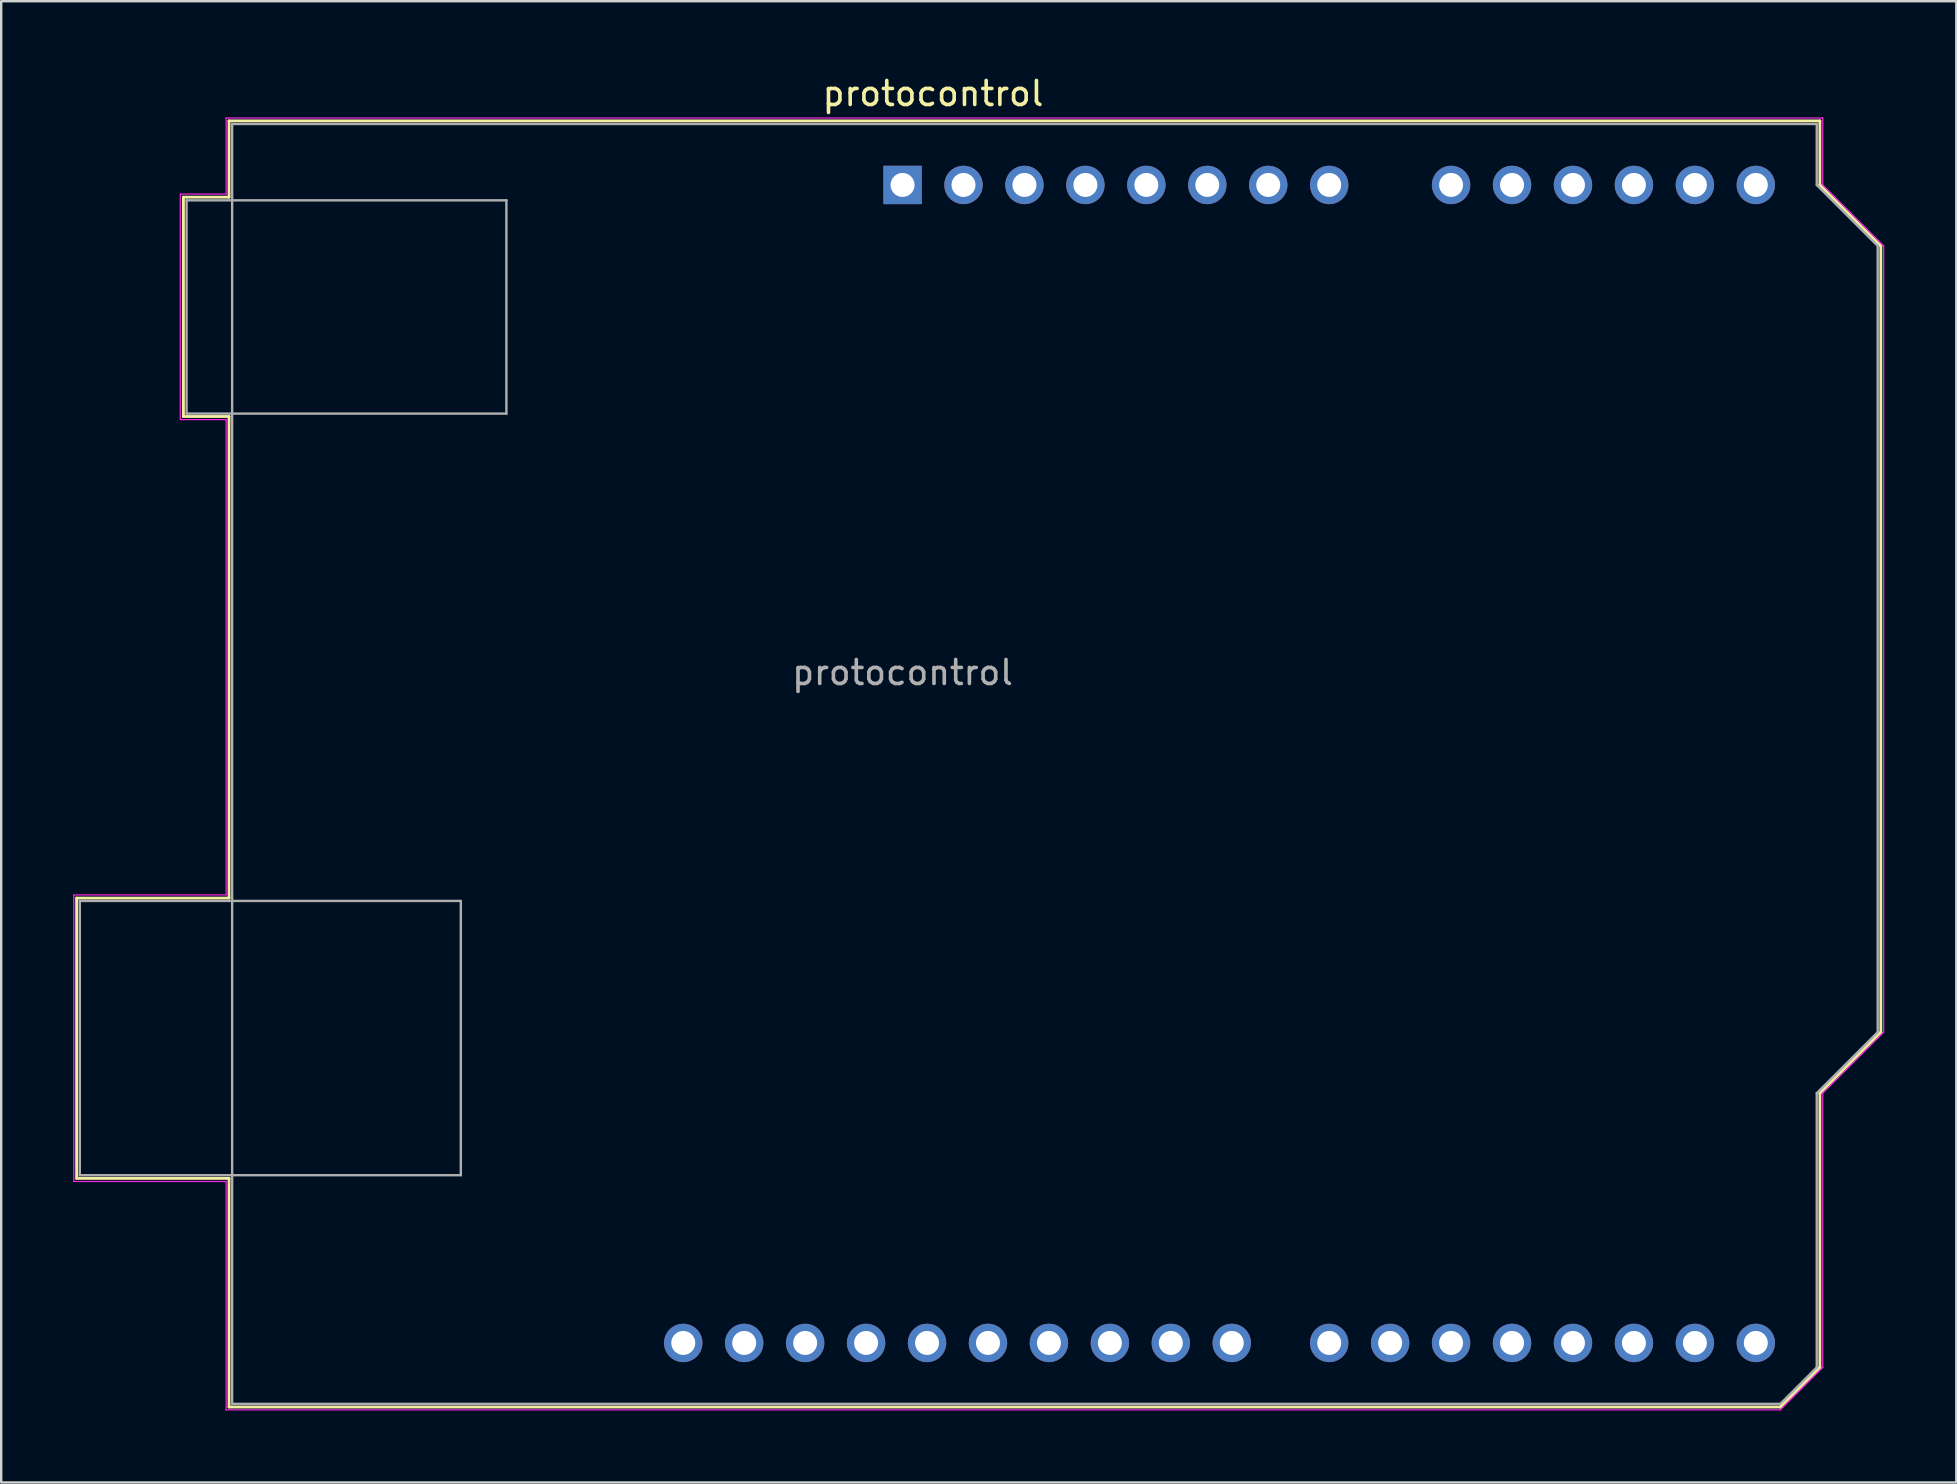
<source format=kicad_pcb>
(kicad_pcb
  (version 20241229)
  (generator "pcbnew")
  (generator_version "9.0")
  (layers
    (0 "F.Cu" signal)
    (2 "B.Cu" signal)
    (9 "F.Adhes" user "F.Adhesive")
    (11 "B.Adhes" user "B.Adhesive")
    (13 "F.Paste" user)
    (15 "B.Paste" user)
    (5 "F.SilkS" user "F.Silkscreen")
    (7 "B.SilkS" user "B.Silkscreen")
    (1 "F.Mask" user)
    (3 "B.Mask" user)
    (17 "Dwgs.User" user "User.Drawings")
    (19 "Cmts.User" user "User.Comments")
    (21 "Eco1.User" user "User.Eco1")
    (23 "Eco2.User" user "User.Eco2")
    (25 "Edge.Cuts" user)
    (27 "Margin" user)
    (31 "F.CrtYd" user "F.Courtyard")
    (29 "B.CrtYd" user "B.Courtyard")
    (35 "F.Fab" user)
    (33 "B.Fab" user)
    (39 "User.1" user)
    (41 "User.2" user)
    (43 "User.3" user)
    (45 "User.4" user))
  (footprint "protocontrol"
    (layer "F.Cu")
    (at 34.565 4.658)
    (property "Reference" "protocontrol" (at 1.27 -3.81 180) (layer "F.SilkS") (effects (font (size 1 1) (thickness 0.15))))
    (attr through_hole)
    (fp_line (start -34.42 29.72) (end -34.42 41.4) (stroke (width 0.12) (type solid)) (layer "F.SilkS"))
    (fp_line (start -34.42 41.4) (end -28.07 41.4) (stroke (width 0.12) (type solid)) (layer "F.SilkS"))
    (fp_line (start -29.97 0.51) (end -29.97 9.65) (stroke (width 0.12) (type solid)) (layer "F.SilkS"))
    (fp_line (start -29.97 9.65) (end -28.07 9.65) (stroke (width 0.12) (type solid)) (layer "F.SilkS"))
    (fp_line (start -28.07 -2.67) (end -28.07 0.51) (stroke (width 0.12) (type solid)) (layer "F.SilkS"))
    (fp_line (start -28.07 0.51) (end -29.97 0.51) (stroke (width 0.12) (type solid)) (layer "F.SilkS"))
    (fp_line (start -28.07 9.65) (end -28.07 29.72) (stroke (width 0.12) (type solid)) (layer "F.SilkS"))
    (fp_line (start -28.07 29.72) (end -34.42 29.72) (stroke (width 0.12) (type solid)) (layer "F.SilkS"))
    (fp_line (start -28.07 41.4) (end -28.07 50.93) (stroke (width 0.12) (type solid)) (layer "F.SilkS"))
    (fp_line (start -28.07 50.93) (end 36.58 50.93) (stroke (width 0.12) (type solid)) (layer "F.SilkS"))
    (fp_line (start 36.58 50.93) (end 38.23 49.28) (stroke (width 0.12) (type solid)) (layer "F.SilkS"))
    (fp_line (start 38.23 -2.67) (end -28.07 -2.67) (stroke (width 0.12) (type solid)) (layer "F.SilkS"))
    (fp_line (start 38.23 0) (end 38.23 -2.67) (stroke (width 0.12) (type solid)) (layer "F.SilkS"))
    (fp_line (start 38.23 37.85) (end 40.77 35.31) (stroke (width 0.12) (type solid)) (layer "F.SilkS"))
    (fp_line (start 38.23 49.28) (end 38.23 37.85) (stroke (width 0.12) (type solid)) (layer "F.SilkS"))
    (fp_line (start 40.77 2.54) (end 38.23 0) (stroke (width 0.12) (type solid)) (layer "F.SilkS"))
    (fp_line (start 40.77 35.31) (end 40.77 2.54) (stroke (width 0.12) (type solid)) (layer "F.SilkS"))
    (fp_line (start -34.54 29.59) (end -28.19 29.59) (stroke (width 0.05) (type solid)) (layer "F.CrtYd"))
    (fp_line (start -34.54 41.53) (end -34.54 29.59) (stroke (width 0.05) (type solid)) (layer "F.CrtYd"))
    (fp_line (start -30.1 0.38) (end -28.19 0.38) (stroke (width 0.05) (type solid)) (layer "F.CrtYd"))
    (fp_line (start -30.1 9.78) (end -30.1 0.38) (stroke (width 0.05) (type solid)) (layer "F.CrtYd"))
    (fp_line (start -28.19 -2.79) (end 38.35 -2.79) (stroke (width 0.05) (type solid)) (layer "F.CrtYd"))
    (fp_line (start -28.19 0.38) (end -28.19 -2.79) (stroke (width 0.05) (type solid)) (layer "F.CrtYd"))
    (fp_line (start -28.19 9.78) (end -30.1 9.78) (stroke (width 0.05) (type solid)) (layer "F.CrtYd"))
    (fp_line (start -28.19 29.59) (end -28.19 9.78) (stroke (width 0.05) (type solid)) (layer "F.CrtYd"))
    (fp_line (start -28.19 41.53) (end -34.54 41.53) (stroke (width 0.05) (type solid)) (layer "F.CrtYd"))
    (fp_line (start -28.19 51.05) (end -28.19 41.53) (stroke (width 0.05) (type solid)) (layer "F.CrtYd"))
    (fp_line (start 36.58 51.05) (end -28.19 51.05) (stroke (width 0.05) (type solid)) (layer "F.CrtYd"))
    (fp_line (start 38.35 -2.79) (end 38.35 0) (stroke (width 0.05) (type solid)) (layer "F.CrtYd"))
    (fp_line (start 38.35 0) (end 40.89 2.54) (stroke (width 0.05) (type solid)) (layer "F.CrtYd"))
    (fp_line (start 38.35 37.85) (end 38.35 49.28) (stroke (width 0.05) (type solid)) (layer "F.CrtYd"))
    (fp_line (start 38.35 49.28) (end 36.58 51.05) (stroke (width 0.05) (type solid)) (layer "F.CrtYd"))
    (fp_line (start 40.89 2.54) (end 40.89 35.31) (stroke (width 0.05) (type solid)) (layer "F.CrtYd"))
    (fp_line (start 40.89 35.31) (end 38.35 37.85) (stroke (width 0.05) (type solid)) (layer "F.CrtYd"))
    (fp_line (start -34.29 29.84) (end -18.41 29.84) (stroke (width 0.1) (type solid)) (layer "F.Fab"))
    (fp_line (start -34.29 41.27) (end -34.29 29.84) (stroke (width 0.1) (type solid)) (layer "F.Fab"))
    (fp_line (start -29.84 0.64) (end -16.51 0.64) (stroke (width 0.1) (type solid)) (layer "F.Fab"))
    (fp_line (start -29.84 9.53) (end -29.84 0.64) (stroke (width 0.1) (type solid)) (layer "F.Fab"))
    (fp_line (start -27.94 -2.54) (end 38.1 -2.54) (stroke (width 0.1) (type solid)) (layer "F.Fab"))
    (fp_line (start -27.94 50.8) (end -27.94 -2.54) (stroke (width 0.1) (type solid)) (layer "F.Fab"))
    (fp_line (start -18.41 29.84) (end -18.41 41.27) (stroke (width 0.1) (type solid)) (layer "F.Fab"))
    (fp_line (start -18.41 41.27) (end -34.29 41.27) (stroke (width 0.1) (type solid)) (layer "F.Fab"))
    (fp_line (start -16.51 0.64) (end -16.51 9.53) (stroke (width 0.1) (type solid)) (layer "F.Fab"))
    (fp_line (start -16.51 9.53) (end -29.84 9.53) (stroke (width 0.1) (type solid)) (layer "F.Fab"))
    (fp_line (start 36.58 50.8) (end -27.94 50.8) (stroke (width 0.1) (type solid)) (layer "F.Fab"))
    (fp_line (start 38.1 -2.54) (end 38.1 0) (stroke (width 0.1) (type solid)) (layer "F.Fab"))
    (fp_line (start 38.1 0) (end 40.64 2.54) (stroke (width 0.1) (type solid)) (layer "F.Fab"))
    (fp_line (start 38.1 37.85) (end 38.1 49.28) (stroke (width 0.1) (type solid)) (layer "F.Fab"))
    (fp_line (start 38.1 49.28) (end 36.58 50.8) (stroke (width 0.1) (type solid)) (layer "F.Fab"))
    (fp_line (start 40.64 2.54) (end 40.64 35.31) (stroke (width 0.1) (type solid)) (layer "F.Fab"))
    (fp_line (start 40.64 35.31) (end 38.1 37.85) (stroke (width 0.1) (type solid)) (layer "F.Fab"))
    (fp_text user "${REFERENCE}" (at 0 20.32 180) (layer "F.Fab") (effects (font (size 1 1) (thickness 0.15))))
    (pad "1" thru_hole rect (at 0 0 90) (size 1.6 1.6) (drill 1) (layers "*.Cu" "*.Mask"))
    (pad "2" thru_hole oval (at 2.54 0 90) (size 1.6 1.6) (drill 1) (layers "*.Cu" "*.Mask"))
    (pad "3" thru_hole oval (at 5.08 0 90) (size 1.6 1.6) (drill 1) (layers "*.Cu" "*.Mask"))
    (pad "4" thru_hole oval (at 7.62 0 90) (size 1.6 1.6) (drill 1) (layers "*.Cu" "*.Mask"))
    (pad "5" thru_hole oval (at 10.16 0 90) (size 1.6 1.6) (drill 1) (layers "*.Cu" "*.Mask"))
    (pad "6" thru_hole oval (at 12.7 0 90) (size 1.6 1.6) (drill 1) (layers "*.Cu" "*.Mask"))
    (pad "7" thru_hole oval (at 15.24 0 90) (size 1.6 1.6) (drill 1) (layers "*.Cu" "*.Mask"))
    (pad "8" thru_hole oval (at 17.78 0 90) (size 1.6 1.6) (drill 1) (layers "*.Cu" "*.Mask"))
    (pad "9" thru_hole oval (at 22.86 0 90) (size 1.6 1.6) (drill 1) (layers "*.Cu" "*.Mask"))
    (pad "10" thru_hole oval (at 25.4 0 90) (size 1.6 1.6) (drill 1) (layers "*.Cu" "*.Mask"))
    (pad "11" thru_hole oval (at 27.94 0 90) (size 1.6 1.6) (drill 1) (layers "*.Cu" "*.Mask"))
    (pad "12" thru_hole oval (at 30.48 0 90) (size 1.6 1.6) (drill 1) (layers "*.Cu" "*.Mask"))
    (pad "13" thru_hole oval (at 33.02 0 90) (size 1.6 1.6) (drill 1) (layers "*.Cu" "*.Mask"))
    (pad "14" thru_hole oval (at 35.56 0 90) (size 1.6 1.6) (drill 1) (layers "*.Cu" "*.Mask"))
    (pad "15" thru_hole oval (at 35.56 48.26 90) (size 1.6 1.6) (drill 1) (layers "*.Cu" "*.Mask"))
    (pad "16" thru_hole oval (at 33.02 48.26 90) (size 1.6 1.6) (drill 1) (layers "*.Cu" "*.Mask"))
    (pad "17" thru_hole oval (at 30.48 48.26 90) (size 1.6 1.6) (drill 1) (layers "*.Cu" "*.Mask"))
    (pad "18" thru_hole oval (at 27.94 48.26 90) (size 1.6 1.6) (drill 1) (layers "*.Cu" "*.Mask"))
    (pad "19" thru_hole oval (at 25.4 48.26 90) (size 1.6 1.6) (drill 1) (layers "*.Cu" "*.Mask"))
    (pad "20" thru_hole oval (at 22.86 48.26 90) (size 1.6 1.6) (drill 1) (layers "*.Cu" "*.Mask"))
    (pad "21" thru_hole oval (at 20.32 48.26 90) (size 1.6 1.6) (drill 1) (layers "*.Cu" "*.Mask"))
    (pad "22" thru_hole oval (at 17.78 48.26 90) (size 1.6 1.6) (drill 1) (layers "*.Cu" "*.Mask"))
    (pad "23" thru_hole oval (at 13.72 48.26 90) (size 1.6 1.6) (drill 1) (layers "*.Cu" "*.Mask"))
    (pad "24" thru_hole oval (at 11.18 48.26 90) (size 1.6 1.6) (drill 1) (layers "*.Cu" "*.Mask"))
    (pad "25" thru_hole oval (at 8.64 48.26 90) (size 1.6 1.6) (drill 1) (layers "*.Cu" "*.Mask"))
    (pad "26" thru_hole oval (at 6.1 48.26 90) (size 1.6 1.6) (drill 1) (layers "*.Cu" "*.Mask"))
    (pad "27" thru_hole oval (at 3.56 48.26 90) (size 1.6 1.6) (drill 1) (layers "*.Cu" "*.Mask"))
    (pad "28" thru_hole oval (at 1.02 48.26 90) (size 1.6 1.6) (drill 1) (layers "*.Cu" "*.Mask"))
    (pad "29" thru_hole oval (at -1.52 48.26 90) (size 1.6 1.6) (drill 1) (layers "*.Cu" "*.Mask"))
    (pad "30" thru_hole oval (at -4.06 48.26 90) (size 1.6 1.6) (drill 1) (layers "*.Cu" "*.Mask"))
    (pad "31" thru_hole oval (at -6.6 48.26 90) (size 1.6 1.6) (drill 1) (layers "*.Cu" "*.Mask"))
    (pad "32" thru_hole oval (at -9.14 48.26 90) (size 1.6 1.6) (drill 1) (layers "*.Cu" "*.Mask")))
  (gr_rect
    (start -3 -3)
    (end 78.48 58.733)
    (stroke (width 0.1) (type default))
    (fill no)
    (layer "Edge.Cuts")))
</source>
